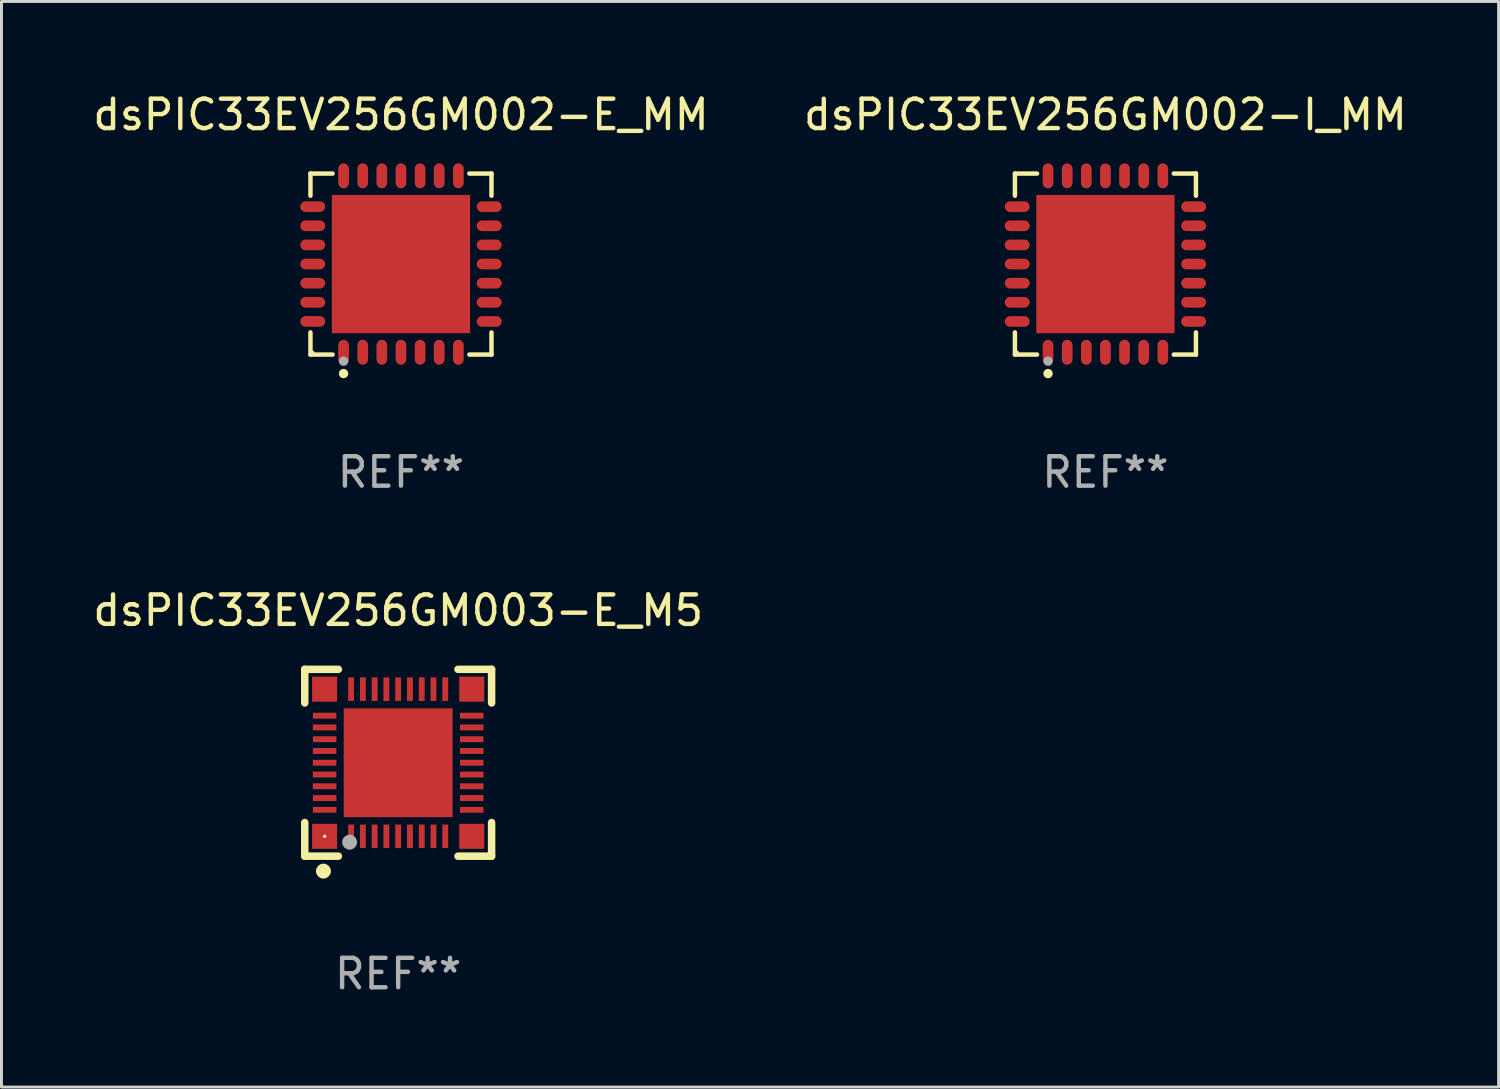
<source format=kicad_pcb>
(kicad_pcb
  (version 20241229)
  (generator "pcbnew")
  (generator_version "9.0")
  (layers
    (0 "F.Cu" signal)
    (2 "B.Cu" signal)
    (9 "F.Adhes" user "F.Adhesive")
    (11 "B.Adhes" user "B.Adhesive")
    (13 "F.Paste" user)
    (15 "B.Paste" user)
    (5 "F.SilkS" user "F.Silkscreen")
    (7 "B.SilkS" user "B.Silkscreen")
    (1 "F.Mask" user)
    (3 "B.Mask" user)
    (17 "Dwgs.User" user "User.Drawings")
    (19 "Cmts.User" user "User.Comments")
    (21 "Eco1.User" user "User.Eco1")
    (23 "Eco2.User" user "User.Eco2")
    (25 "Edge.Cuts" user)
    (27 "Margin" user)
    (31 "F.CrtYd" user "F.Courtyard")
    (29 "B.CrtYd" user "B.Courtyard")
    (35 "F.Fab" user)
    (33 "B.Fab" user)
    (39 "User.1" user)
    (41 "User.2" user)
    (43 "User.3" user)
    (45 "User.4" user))
  (footprint "dsPIC33EV256GM002-I_MM"
    (layer "F.Cu")
    (at 34.518 5.924)
    (property "Reference" "dsPIC33EV256GM002-I_MM" (at 0 -5.076 0) (layer "F.SilkS") (effects (font (size 1 1) (thickness 0.15))))
    (attr through_hole)
    (fp_line (start -3.076 -3.076) (end -2.323 -3.076) (stroke (width 0.152) (type solid)) (layer "F.SilkS"))
    (fp_line (start -3.076 -2.323) (end -3.076 -3.076) (stroke (width 0.152) (type solid)) (layer "F.SilkS"))
    (fp_line (start -3.076 2.323) (end -3.076 3.076) (stroke (width 0.152) (type solid)) (layer "F.SilkS"))
    (fp_line (start -3.076 3.076) (end -2.323 3.076) (stroke (width 0.152) (type solid)) (layer "F.SilkS"))
    (fp_line (start 3.076 -3.076) (end 2.323 -3.076) (stroke (width 0.152) (type solid)) (layer "F.SilkS"))
    (fp_line (start 3.076 -2.323) (end 3.076 -3.076) (stroke (width 0.152) (type solid)) (layer "F.SilkS"))
    (fp_line (start 3.076 2.323) (end 3.076 3.076) (stroke (width 0.152) (type solid)) (layer "F.SilkS"))
    (fp_line (start 3.076 3.076) (end 2.323 3.076) (stroke (width 0.152) (type solid)) (layer "F.SilkS"))
    (fp_circle (center -3 3) (end -2.97 3) (stroke (width 0.06) (type solid)) (fill no) (layer "F.SilkS"))
    (fp_circle (center -1.95 3.722) (end -1.87 3.722) (stroke (width 0.16) (type solid)) (fill no) (layer "F.SilkS"))
    (fp_circle (center -1.95 3.3) (end -1.87 3.3) (stroke (width 0.16) (type solid)) (fill no) (layer "F.Fab"))
    (fp_text user "REF**" (at 0 7.076 0) (layer "F.Fab") (effects (font (size 1 1) (thickness 0.15))))
    (pad "1" smd oval (at -1.95 2.998) (size 0.364 0.847) (layers "F.Cu" "F.Mask" "F.Paste"))
    (pad "2" smd oval (at -1.3 2.998) (size 0.364 0.847) (layers "F.Cu" "F.Mask" "F.Paste"))
    (pad "3" smd oval (at -0.65 2.998) (size 0.364 0.847) (layers "F.Cu" "F.Mask" "F.Paste"))
    (pad "4" smd oval (at 0 2.998) (size 0.364 0.847) (layers "F.Cu" "F.Mask" "F.Paste"))
    (pad "5" smd oval (at 0.65 2.998) (size 0.364 0.847) (layers "F.Cu" "F.Mask" "F.Paste"))
    (pad "6" smd oval (at 1.3 2.998) (size 0.364 0.847) (layers "F.Cu" "F.Mask" "F.Paste"))
    (pad "7" smd oval (at 1.95 2.998) (size 0.364 0.847) (layers "F.Cu" "F.Mask" "F.Paste"))
    (pad "8" smd oval (at 2.998 1.95) (size 0.847 0.364) (layers "F.Cu" "F.Mask" "F.Paste"))
    (pad "9" smd oval (at 2.998 1.3) (size 0.847 0.364) (layers "F.Cu" "F.Mask" "F.Paste"))
    (pad "10" smd oval (at 2.998 0.65) (size 0.847 0.364) (layers "F.Cu" "F.Mask" "F.Paste"))
    (pad "11" smd oval (at 2.998 0) (size 0.847 0.364) (layers "F.Cu" "F.Mask" "F.Paste"))
    (pad "12" smd oval (at 2.998 -0.65) (size 0.847 0.364) (layers "F.Cu" "F.Mask" "F.Paste"))
    (pad "13" smd oval (at 2.998 -1.3) (size 0.847 0.364) (layers "F.Cu" "F.Mask" "F.Paste"))
    (pad "14" smd oval (at 2.998 -1.95) (size 0.847 0.364) (layers "F.Cu" "F.Mask" "F.Paste"))
    (pad "15" smd oval (at 1.95 -2.998) (size 0.364 0.847) (layers "F.Cu" "F.Mask" "F.Paste"))
    (pad "16" smd oval (at 1.3 -2.998) (size 0.364 0.847) (layers "F.Cu" "F.Mask" "F.Paste"))
    (pad "17" smd oval (at 0.65 -2.998) (size 0.364 0.847) (layers "F.Cu" "F.Mask" "F.Paste"))
    (pad "18" smd oval (at 0 -2.998) (size 0.364 0.847) (layers "F.Cu" "F.Mask" "F.Paste"))
    (pad "19" smd oval (at -0.65 -2.998) (size 0.364 0.847) (layers "F.Cu" "F.Mask" "F.Paste"))
    (pad "20" smd oval (at -1.3 -2.998) (size 0.364 0.847) (layers "F.Cu" "F.Mask" "F.Paste"))
    (pad "21" smd oval (at -1.95 -2.998) (size 0.364 0.847) (layers "F.Cu" "F.Mask" "F.Paste"))
    (pad "22" smd oval (at -2.998 -1.95) (size 0.847 0.364) (layers "F.Cu" "F.Mask" "F.Paste"))
    (pad "23" smd oval (at -2.998 -1.3) (size 0.847 0.364) (layers "F.Cu" "F.Mask" "F.Paste"))
    (pad "24" smd oval (at -2.998 -0.65) (size 0.847 0.364) (layers "F.Cu" "F.Mask" "F.Paste"))
    (pad "25" smd oval (at -2.998 0) (size 0.847 0.364) (layers "F.Cu" "F.Mask" "F.Paste"))
    (pad "26" smd oval (at -2.998 0.65) (size 0.847 0.364) (layers "F.Cu" "F.Mask" "F.Paste"))
    (pad "27" smd oval (at -2.998 1.3) (size 0.847 0.364) (layers "F.Cu" "F.Mask" "F.Paste"))
    (pad "28" smd oval (at -2.998 1.95) (size 0.847 0.364) (layers "F.Cu" "F.Mask" "F.Paste"))
    (pad "29" smd rect (at 0 0) (size 4.7 4.7) (layers "F.Cu" "F.Mask" "F.Paste")))
  (footprint "dsPIC33EV256GM002-E_MM"
    (layer "F.Cu")
    (at 10.577 5.924)
    (property "Reference" "dsPIC33EV256GM002-E_MM" (at 0 -5.076 0) (layer "F.SilkS") (effects (font (size 1 1) (thickness 0.15))))
    (attr through_hole)
    (fp_line (start -3.076 -3.076) (end -2.323 -3.076) (stroke (width 0.152) (type solid)) (layer "F.SilkS"))
    (fp_line (start -3.076 -2.323) (end -3.076 -3.076) (stroke (width 0.152) (type solid)) (layer "F.SilkS"))
    (fp_line (start -3.076 2.323) (end -3.076 3.076) (stroke (width 0.152) (type solid)) (layer "F.SilkS"))
    (fp_line (start -3.076 3.076) (end -2.323 3.076) (stroke (width 0.152) (type solid)) (layer "F.SilkS"))
    (fp_line (start 3.076 -3.076) (end 2.323 -3.076) (stroke (width 0.152) (type solid)) (layer "F.SilkS"))
    (fp_line (start 3.076 -2.323) (end 3.076 -3.076) (stroke (width 0.152) (type solid)) (layer "F.SilkS"))
    (fp_line (start 3.076 2.323) (end 3.076 3.076) (stroke (width 0.152) (type solid)) (layer "F.SilkS"))
    (fp_line (start 3.076 3.076) (end 2.323 3.076) (stroke (width 0.152) (type solid)) (layer "F.SilkS"))
    (fp_circle (center -3 3) (end -2.97 3) (stroke (width 0.06) (type solid)) (fill no) (layer "F.SilkS"))
    (fp_circle (center -1.95 3.722) (end -1.87 3.722) (stroke (width 0.16) (type solid)) (fill no) (layer "F.SilkS"))
    (fp_circle (center -1.95 3.3) (end -1.87 3.3) (stroke (width 0.16) (type solid)) (fill no) (layer "F.Fab"))
    (fp_text user "REF**" (at 0 7.076 0) (layer "F.Fab") (effects (font (size 1 1) (thickness 0.15))))
    (pad "1" smd oval (at -1.95 2.998) (size 0.364 0.847) (layers "F.Cu" "F.Mask" "F.Paste"))
    (pad "2" smd oval (at -1.3 2.998) (size 0.364 0.847) (layers "F.Cu" "F.Mask" "F.Paste"))
    (pad "3" smd oval (at -0.65 2.998) (size 0.364 0.847) (layers "F.Cu" "F.Mask" "F.Paste"))
    (pad "4" smd oval (at 0 2.998) (size 0.364 0.847) (layers "F.Cu" "F.Mask" "F.Paste"))
    (pad "5" smd oval (at 0.65 2.998) (size 0.364 0.847) (layers "F.Cu" "F.Mask" "F.Paste"))
    (pad "6" smd oval (at 1.3 2.998) (size 0.364 0.847) (layers "F.Cu" "F.Mask" "F.Paste"))
    (pad "7" smd oval (at 1.95 2.998) (size 0.364 0.847) (layers "F.Cu" "F.Mask" "F.Paste"))
    (pad "8" smd oval (at 2.998 1.95) (size 0.847 0.364) (layers "F.Cu" "F.Mask" "F.Paste"))
    (pad "9" smd oval (at 2.998 1.3) (size 0.847 0.364) (layers "F.Cu" "F.Mask" "F.Paste"))
    (pad "10" smd oval (at 2.998 0.65) (size 0.847 0.364) (layers "F.Cu" "F.Mask" "F.Paste"))
    (pad "11" smd oval (at 2.998 0) (size 0.847 0.364) (layers "F.Cu" "F.Mask" "F.Paste"))
    (pad "12" smd oval (at 2.998 -0.65) (size 0.847 0.364) (layers "F.Cu" "F.Mask" "F.Paste"))
    (pad "13" smd oval (at 2.998 -1.3) (size 0.847 0.364) (layers "F.Cu" "F.Mask" "F.Paste"))
    (pad "14" smd oval (at 2.998 -1.95) (size 0.847 0.364) (layers "F.Cu" "F.Mask" "F.Paste"))
    (pad "15" smd oval (at 1.95 -2.998) (size 0.364 0.847) (layers "F.Cu" "F.Mask" "F.Paste"))
    (pad "16" smd oval (at 1.3 -2.998) (size 0.364 0.847) (layers "F.Cu" "F.Mask" "F.Paste"))
    (pad "17" smd oval (at 0.65 -2.998) (size 0.364 0.847) (layers "F.Cu" "F.Mask" "F.Paste"))
    (pad "18" smd oval (at 0 -2.998) (size 0.364 0.847) (layers "F.Cu" "F.Mask" "F.Paste"))
    (pad "19" smd oval (at -0.65 -2.998) (size 0.364 0.847) (layers "F.Cu" "F.Mask" "F.Paste"))
    (pad "20" smd oval (at -1.3 -2.998) (size 0.364 0.847) (layers "F.Cu" "F.Mask" "F.Paste"))
    (pad "21" smd oval (at -1.95 -2.998) (size 0.364 0.847) (layers "F.Cu" "F.Mask" "F.Paste"))
    (pad "22" smd oval (at -2.998 -1.95) (size 0.847 0.364) (layers "F.Cu" "F.Mask" "F.Paste"))
    (pad "23" smd oval (at -2.998 -1.3) (size 0.847 0.364) (layers "F.Cu" "F.Mask" "F.Paste"))
    (pad "24" smd oval (at -2.998 -0.65) (size 0.847 0.364) (layers "F.Cu" "F.Mask" "F.Paste"))
    (pad "25" smd oval (at -2.998 0) (size 0.847 0.364) (layers "F.Cu" "F.Mask" "F.Paste"))
    (pad "26" smd oval (at -2.998 0.65) (size 0.847 0.364) (layers "F.Cu" "F.Mask" "F.Paste"))
    (pad "27" smd oval (at -2.998 1.3) (size 0.847 0.364) (layers "F.Cu" "F.Mask" "F.Paste"))
    (pad "28" smd oval (at -2.998 1.95) (size 0.847 0.364) (layers "F.Cu" "F.Mask" "F.Paste"))
    (pad "29" smd rect (at 0 0) (size 4.7 4.7) (layers "F.Cu" "F.Mask" "F.Paste")))
  (footprint "dsPIC33EV256GM003-E_M5"
    (layer "F.Cu")
    (at 10.482 22.872)
    (property "Reference" "dsPIC33EV256GM003-E_M5" (at 0 -5.175 0) (layer "F.SilkS") (effects (font (size 1 1) (thickness 0.15))))
    (attr through_hole)
    (fp_line (start -3.175 -3.175) (end -2.032 -3.175) (stroke (width 0.254) (type solid)) (layer "F.SilkS"))
    (fp_line (start -3.175 -2.032) (end -3.175 -3.175) (stroke (width 0.254) (type solid)) (layer "F.SilkS"))
    (fp_line (start -3.175 3.175) (end -3.175 2.032) (stroke (width 0.254) (type solid)) (layer "F.SilkS"))
    (fp_line (start -2.032 3.175) (end -3.175 3.175) (stroke (width 0.254) (type solid)) (layer "F.SilkS"))
    (fp_line (start 2.032 -3.175) (end 3.175 -3.175) (stroke (width 0.254) (type solid)) (layer "F.SilkS"))
    (fp_line (start 3.175 -3.175) (end 3.175 -2.032) (stroke (width 0.254) (type solid)) (layer "F.SilkS"))
    (fp_line (start 3.175 2.032) (end 3.175 3.175) (stroke (width 0.254) (type solid)) (layer "F.SilkS"))
    (fp_line (start 3.175 3.175) (end 2.032 3.175) (stroke (width 0.254) (type solid)) (layer "F.SilkS"))
    (fp_circle (center -2.54 3.683) (end -2.413 3.683) (stroke (width 0.254) (type solid)) (fill no) (layer "F.SilkS"))
    (fp_circle (center -2.5 2.5) (end -2.47 2.5) (stroke (width 0.06) (type solid)) (fill no) (layer "F.SilkS"))
    (fp_circle (center -1.65 2.7) (end -1.523 2.7) (stroke (width 0.254) (type solid)) (fill no) (layer "F.Fab"))
    (fp_text user "REF**" (at 0 7.175 0) (layer "F.Fab") (effects (font (size 1 1) (thickness 0.15))))
    (pad "1" smd rect (at -1.6 2.5) (size 0.2 0.8) (layers "F.Cu" "F.Mask" "F.Paste"))
    (pad "2" smd rect (at -1.2 2.5) (size 0.2 0.8) (layers "F.Cu" "F.Mask" "F.Paste"))
    (pad "3" smd rect (at -0.8 2.5) (size 0.2 0.8) (layers "F.Cu" "F.Mask" "F.Paste"))
    (pad "4" smd rect (at -0.4 2.5) (size 0.2 0.8) (layers "F.Cu" "F.Mask" "F.Paste"))
    (pad "5" smd rect (at -0.000051 2.5) (size 0.2 0.8) (layers "F.Cu" "F.Mask" "F.Paste"))
    (pad "6" smd rect (at 0.4 2.5) (size 0.2 0.8) (layers "F.Cu" "F.Mask" "F.Paste"))
    (pad "7" smd rect (at 0.8 2.5) (size 0.2 0.8) (layers "F.Cu" "F.Mask" "F.Paste"))
    (pad "8" smd rect (at 1.2 2.5) (size 0.2 0.8) (layers "F.Cu" "F.Mask" "F.Paste"))
    (pad "9" smd rect (at 1.6 2.5) (size 0.2 0.8) (layers "F.Cu" "F.Mask" "F.Paste"))
    (pad "10" smd rect (at 2.5 1.6 90) (size 0.2 0.8) (layers "F.Cu" "F.Mask" "F.Paste"))
    (pad "11" smd rect (at 2.5 1.2 90) (size 0.2 0.8) (layers "F.Cu" "F.Mask" "F.Paste"))
    (pad "12" smd rect (at 2.5 0.8 90) (size 0.2 0.8) (layers "F.Cu" "F.Mask" "F.Paste"))
    (pad "13" smd rect (at 2.5 0.4 90) (size 0.2 0.8) (layers "F.Cu" "F.Mask" "F.Paste"))
    (pad "14" smd rect (at 2.5 -0.000051 90) (size 0.2 0.8) (layers "F.Cu" "F.Mask" "F.Paste"))
    (pad "15" smd rect (at 2.5 -0.4 90) (size 0.2 0.8) (layers "F.Cu" "F.Mask" "F.Paste"))
    (pad "16" smd rect (at 2.5 -0.8 90) (size 0.2 0.8) (layers "F.Cu" "F.Mask" "F.Paste"))
    (pad "17" smd rect (at 2.5 -1.2 90) (size 0.2 0.8) (layers "F.Cu" "F.Mask" "F.Paste"))
    (pad "18" smd rect (at 2.5 -1.6 90) (size 0.2 0.8) (layers "F.Cu" "F.Mask" "F.Paste"))
    (pad "19" smd rect (at 1.6 -2.5 180) (size 0.2 0.8) (layers "F.Cu" "F.Mask" "F.Paste"))
    (pad "20" smd rect (at 1.2 -2.5 180) (size 0.2 0.8) (layers "F.Cu" "F.Mask" "F.Paste"))
    (pad "21" smd rect (at 0.8 -2.5 180) (size 0.2 0.8) (layers "F.Cu" "F.Mask" "F.Paste"))
    (pad "22" smd rect (at 0.4 -2.5 180) (size 0.2 0.8) (layers "F.Cu" "F.Mask" "F.Paste"))
    (pad "23" smd rect (at -0.000051 -2.5 180) (size 0.2 0.8) (layers "F.Cu" "F.Mask" "F.Paste"))
    (pad "24" smd rect (at -0.4 -2.5 180) (size 0.2 0.8) (layers "F.Cu" "F.Mask" "F.Paste"))
    (pad "25" smd rect (at -0.8 -2.5 180) (size 0.2 0.8) (layers "F.Cu" "F.Mask" "F.Paste"))
    (pad "26" smd rect (at -1.2 -2.5 180) (size 0.2 0.8) (layers "F.Cu" "F.Mask" "F.Paste"))
    (pad "27" smd rect (at -1.6 -2.5 180) (size 0.2 0.8) (layers "F.Cu" "F.Mask" "F.Paste"))
    (pad "28" smd rect (at -2.5 -1.6 270) (size 0.2 0.8) (layers "F.Cu" "F.Mask" "F.Paste"))
    (pad "29" smd rect (at -2.5 -1.2 270) (size 0.2 0.8) (layers "F.Cu" "F.Mask" "F.Paste"))
    (pad "30" smd rect (at -2.5 -0.8 270) (size 0.2 0.8) (layers "F.Cu" "F.Mask" "F.Paste"))
    (pad "31" smd rect (at -2.5 -0.4 270) (size 0.2 0.8) (layers "F.Cu" "F.Mask" "F.Paste"))
    (pad "32" smd rect (at -2.5 -0.000051 270) (size 0.2 0.8) (layers "F.Cu" "F.Mask" "F.Paste"))
    (pad "33" smd rect (at -2.5 0.4 270) (size 0.2 0.8) (layers "F.Cu" "F.Mask" "F.Paste"))
    (pad "34" smd rect (at -2.5 0.8 270) (size 0.2 0.8) (layers "F.Cu" "F.Mask" "F.Paste"))
    (pad "35" smd rect (at -2.5 1.2 270) (size 0.2 0.8) (layers "F.Cu" "F.Mask" "F.Paste"))
    (pad "36" smd rect (at -2.5 1.6 270) (size 0.2 0.8) (layers "F.Cu" "F.Mask" "F.Paste"))
    (pad "37" smd rect (at -2.5 -2.5) (size 0.85 0.85) (layers "F.Cu" "F.Mask" "F.Paste"))
    (pad "37" smd rect (at -2.5 2.5) (size 0.85 0.85) (layers "F.Cu" "F.Mask" "F.Paste"))
    (pad "37" smd rect (at -0.000051 -0.000051) (size 3.7 3.7) (layers "F.Cu" "F.Mask" "F.Paste"))
    (pad "37" smd rect (at 2.5 -2.5) (size 0.85 0.85) (layers "F.Cu" "F.Mask" "F.Paste"))
    (pad "37" smd rect (at 2.5 2.5) (size 0.85 0.85) (layers "F.Cu" "F.Mask" "F.Paste")))
  (gr_rect
    (start -3 -3)
    (end 47.881 33.895)
    (stroke (width 0.1) (type default))
    (fill no)
    (layer "Edge.Cuts")))
</source>
